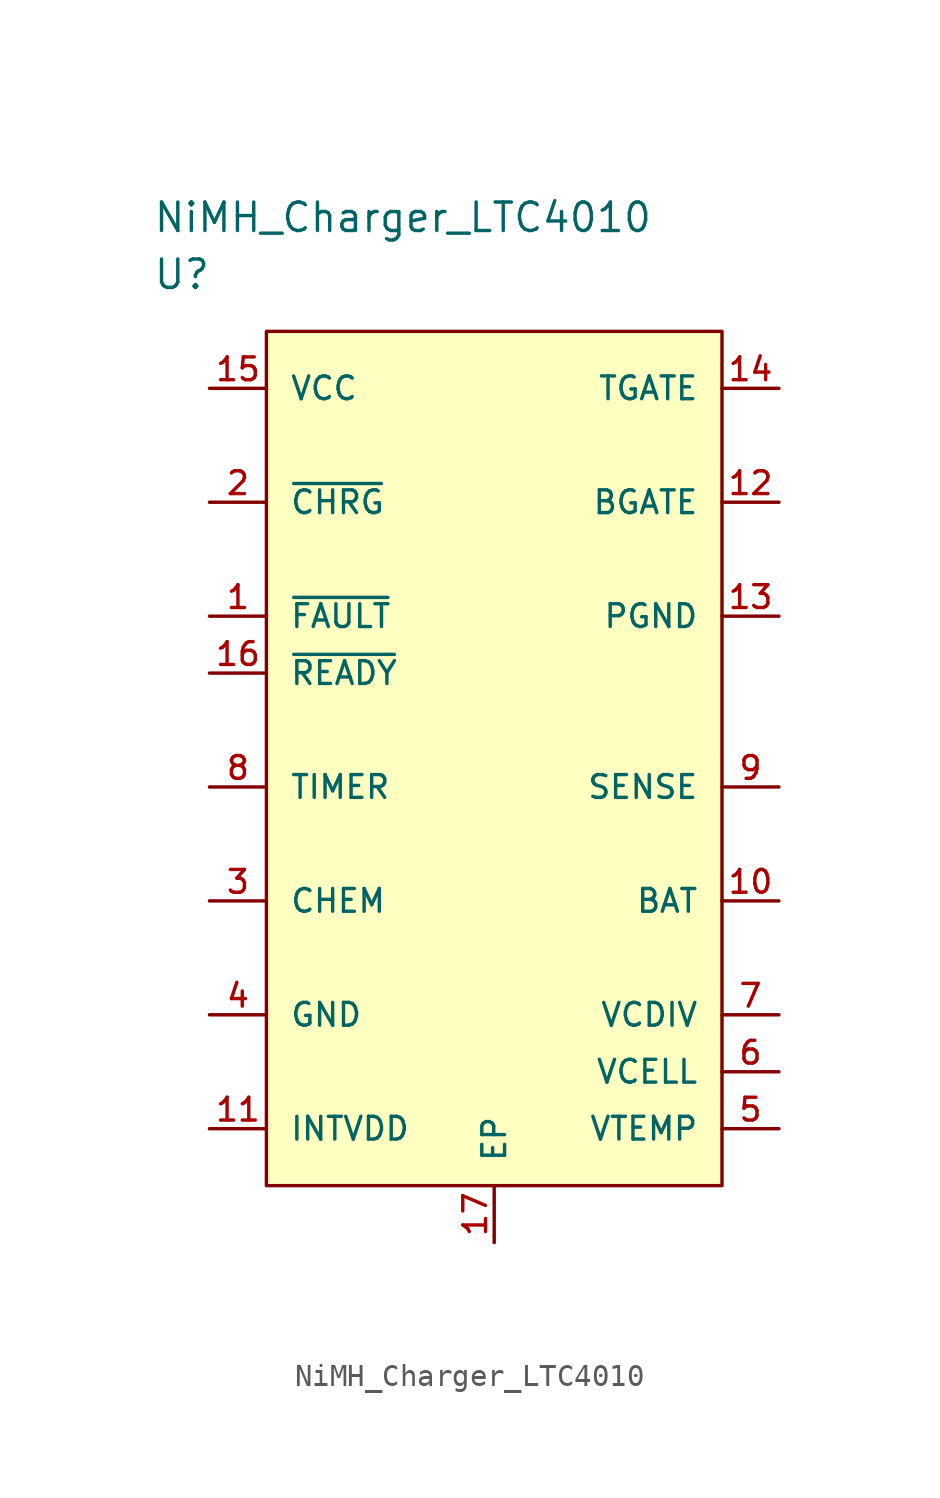
<source format=kicad_sym>
(kicad_symbol_lib
  (version 20201005)
  (generator kicad_symbol_editor)
  (symbol "NB3_power:NiMH_Charger_LTC4010"
    (pin_names
      (offset 1.016))
    (property "Reference" "U"
      (at 0 5.08 0)
      (effects (font (size 1.27 1.27)) (justify left)))
    (property "Value" "NiMH_Charger_LTC4010"
      (at 0 7.62 0)
      (effects (font (size 1.27 1.27)) (justify left)))
    (symbol "NiMH_Charger_LTC4010_1_1"
      (rectangle (start 5.08 2.54) (end 25.4 -35.56) (stroke (width 0)) (fill (type background)))
      (pin open_collector line (at 2.54 -10.16 0) (length 2.54) (name "~FAULT~" (effects (font (size 1.016 1.016)))) (number "1" (effects (font (size 1.016 1.016)))))
      (pin power_in line (at 27.94 -22.86 180) (length 2.54) (name "BAT" (effects (font (size 1.016 1.016)))) (number "10" (effects (font (size 1.016 1.016)))))
      (pin power_in line (at 2.54 -33.02 0) (length 2.54) (name "INTVDD" (effects (font (size 1.016 1.016)))) (number "11" (effects (font (size 1.016 1.016)))))
      (pin output line (at 27.94 -5.08 180) (length 2.54) (name "BGATE" (effects (font (size 1.016 1.016)))) (number "12" (effects (font (size 1.016 1.016)))))
      (pin power_in line (at 27.94 -10.16 180) (length 2.54) (name "PGND" (effects (font (size 1.016 1.016)))) (number "13" (effects (font (size 1.016 1.016)))))
      (pin output line (at 27.94 0 180) (length 2.54) (name "TGATE" (effects (font (size 1.016 1.016)))) (number "14" (effects (font (size 1.016 1.016)))))
      (pin power_in line (at 2.54 0 0) (length 2.54) (name "VCC" (effects (font (size 1.016 1.016)))) (number "15" (effects (font (size 1.016 1.016)))))
      (pin open_collector line (at 2.54 -12.7 0) (length 2.54) (name "~READY~" (effects (font (size 1.016 1.016)))) (number "16" (effects (font (size 1.016 1.016)))))
      (pin power_in line (at 15.24 -38.1 90) (length 2.54) (name "EP" (effects (font (size 1.016 1.016)))) (number "17" (effects (font (size 1.016 1.016)))))
      (pin open_collector line (at 2.54 -5.08 0) (length 2.54) (name "~CHRG~" (effects (font (size 1.016 1.016)))) (number "2" (effects (font (size 1.016 1.016)))))
      (pin input line (at 2.54 -22.86 0) (length 2.54) (name "CHEM" (effects (font (size 1.016 1.016)))) (number "3" (effects (font (size 1.016 1.016)))))
      (pin power_in line (at 2.54 -27.94 0) (length 2.54) (name "GND" (effects (font (size 1.016 1.016)))) (number "4" (effects (font (size 1.016 1.016)))))
      (pin input line (at 27.94 -33.02 180) (length 2.54) (name "VTEMP" (effects (font (size 1.016 1.016)))) (number "5" (effects (font (size 1.016 1.016)))))
      (pin input line (at 27.94 -30.48 180) (length 2.54) (name "VCELL" (effects (font (size 1.016 1.016)))) (number "6" (effects (font (size 1.016 1.016)))))
      (pin open_collector line (at 27.94 -27.94 180) (length 2.54) (name "VCDIV" (effects (font (size 1.016 1.016)))) (number "7" (effects (font (size 1.016 1.016)))))
      (pin input line (at 2.54 -17.78 0) (length 2.54) (name "TIMER" (effects (font (size 1.016 1.016)))) (number "8" (effects (font (size 1.016 1.016)))))
      (pin input line (at 27.94 -17.78 180) (length 2.54) (name "SENSE" (effects (font (size 1.016 1.016)))) (number "9" (effects (font (size 1.016 1.016))))))))
</source>
